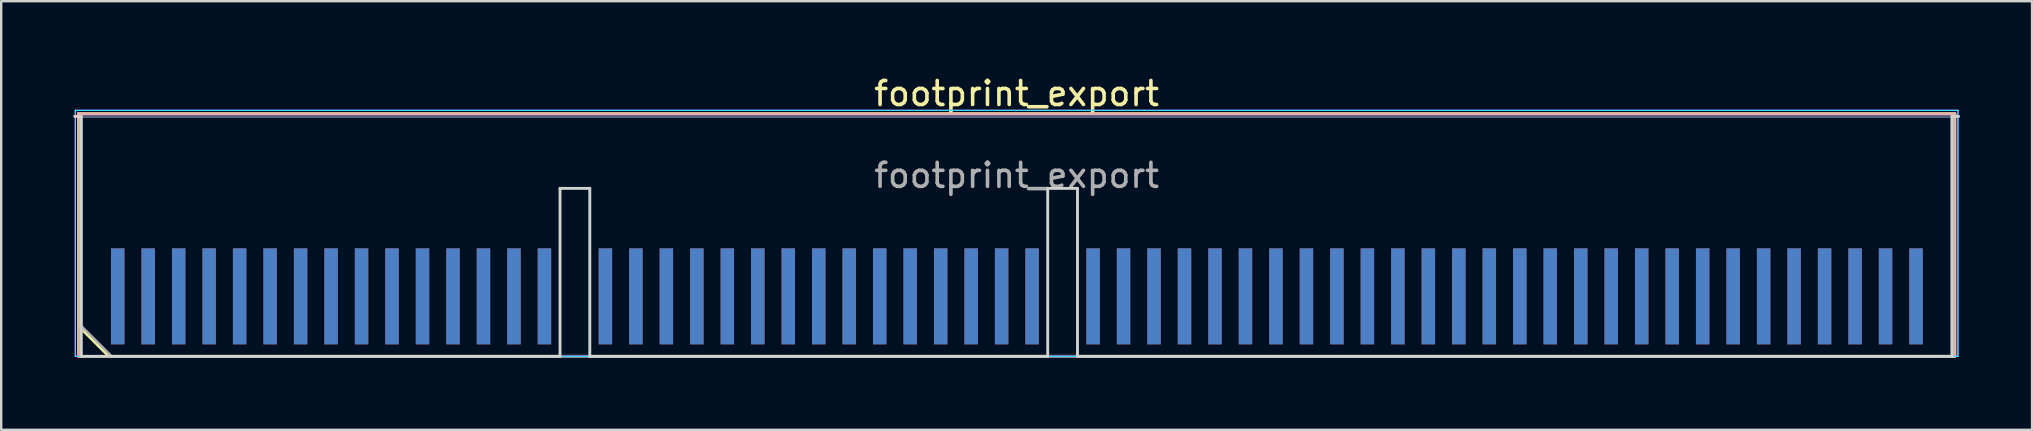
<source format=kicad_pcb>
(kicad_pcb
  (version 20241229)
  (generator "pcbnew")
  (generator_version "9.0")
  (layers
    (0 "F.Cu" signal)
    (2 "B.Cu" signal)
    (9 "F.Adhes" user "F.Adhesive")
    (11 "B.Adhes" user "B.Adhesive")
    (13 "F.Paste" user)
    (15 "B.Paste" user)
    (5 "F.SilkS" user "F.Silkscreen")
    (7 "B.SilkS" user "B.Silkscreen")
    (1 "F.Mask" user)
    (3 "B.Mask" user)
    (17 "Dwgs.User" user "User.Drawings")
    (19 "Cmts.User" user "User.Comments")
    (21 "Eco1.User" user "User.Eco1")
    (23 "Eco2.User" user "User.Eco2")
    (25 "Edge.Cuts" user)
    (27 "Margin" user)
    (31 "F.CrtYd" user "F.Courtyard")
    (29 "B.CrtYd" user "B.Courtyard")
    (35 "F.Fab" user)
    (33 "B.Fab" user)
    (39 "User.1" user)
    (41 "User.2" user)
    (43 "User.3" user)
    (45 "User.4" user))
  (footprint "footprint_export"
    (layer "F.Cu")
    (at 39.31 6.798)
    (property "Reference" "footprint_export" (at 0 -5.95 0) (layer "F.SilkS") (effects (font (size 1 1) (thickness 0.15))))
    (attr exclude_from_pos_files exclude_from_bom)
    (fp_line (start -39.09 -5.11) (end 39.09 -5.11) (stroke (width 0.12) (type solid)) (layer "F.SilkS"))
    (fp_line (start -39.09 3.73) (end -39.09 -5.11) (stroke (width 0.12) (type solid)) (layer "F.SilkS"))
    (fp_line (start -37.82 5) (end -39.09 3.73) (stroke (width 0.12) (type solid)) (layer "F.SilkS"))
    (fp_line (start -37.82 5) (end 39.09 5) (stroke (width 0.12) (type solid)) (layer "F.SilkS"))
    (fp_line (start 39.09 5) (end 39.09 -5.11) (stroke (width 0.12) (type solid)) (layer "F.SilkS"))
    (fp_line (start -39.09 -5.11) (end 39.09 -5.11) (stroke (width 0.12) (type solid)) (layer "B.SilkS"))
    (fp_line (start -39.09 5) (end -39.09 -5.11) (stroke (width 0.12) (type solid)) (layer "B.SilkS"))
    (fp_line (start -39.09 5) (end 39.09 5) (stroke (width 0.12) (type solid)) (layer "B.SilkS"))
    (fp_line (start 39.09 5) (end 39.09 -5.11) (stroke (width 0.12) (type solid)) (layer "B.SilkS"))
    (fp_line (start -39.25 -5) (end -38.975 -5) (stroke (width 0.12) (type solid)) (layer "Edge.Cuts"))
    (fp_line (start -38.975 5) (end -38.975 -5) (stroke (width 0.12) (type solid)) (layer "Edge.Cuts"))
    (fp_line (start -38.975 5) (end -19.025 5) (stroke (width 0.12) (type solid)) (layer "Edge.Cuts"))
    (fp_line (start -19.025 -2) (end -17.785 -2) (stroke (width 0.12) (type solid)) (layer "Edge.Cuts"))
    (fp_line (start -19.025 5) (end -19.025 -2) (stroke (width 0.12) (type solid)) (layer "Edge.Cuts"))
    (fp_line (start -17.785 5) (end -17.785 -2) (stroke (width 0.12) (type solid)) (layer "Edge.Cuts"))
    (fp_line (start -17.785 5) (end 1.295 5) (stroke (width 0.12) (type solid)) (layer "Edge.Cuts"))
    (fp_line (start 1.295 -2) (end 2.535 -2) (stroke (width 0.12) (type solid)) (layer "Edge.Cuts"))
    (fp_line (start 1.295 5) (end 1.295 -2) (stroke (width 0.12) (type solid)) (layer "Edge.Cuts"))
    (fp_line (start 2.535 5) (end 2.535 -2) (stroke (width 0.12) (type solid)) (layer "Edge.Cuts"))
    (fp_line (start 2.535 5) (end 38.975 5) (stroke (width 0.12) (type solid)) (layer "Edge.Cuts"))
    (fp_line (start 38.975 5) (end 38.975 -5) (stroke (width 0.12) (type solid)) (layer "Edge.Cuts"))
    (fp_line (start 39.25 -5) (end 38.975 -5) (stroke (width 0.12) (type solid)) (layer "Edge.Cuts"))
    (fp_line (start -39.22 -5.25) (end -39.22 5) (stroke (width 0.05) (type solid)) (layer "B.CrtYd"))
    (fp_line (start -39.22 5) (end 39.22 5) (stroke (width 0.05) (type solid)) (layer "B.CrtYd"))
    (fp_line (start 39.22 -5.25) (end -39.22 -5.25) (stroke (width 0.05) (type solid)) (layer "B.CrtYd"))
    (fp_line (start 39.22 5) (end 39.22 -5.25) (stroke (width 0.05) (type solid)) (layer "B.CrtYd"))
    (fp_line (start -39.22 -5.25) (end -39.22 5) (stroke (width 0.05) (type solid)) (layer "F.CrtYd"))
    (fp_line (start -39.22 5) (end 39.22 5) (stroke (width 0.05) (type solid)) (layer "F.CrtYd"))
    (fp_line (start 39.22 -5.25) (end -39.22 -5.25) (stroke (width 0.05) (type solid)) (layer "F.CrtYd"))
    (fp_line (start 39.22 5) (end 39.22 -5.25) (stroke (width 0.05) (type solid)) (layer "F.CrtYd"))
    (fp_line (start -38.975 -5) (end 38.975 -5) (stroke (width 0.1) (type solid)) (layer "B.Fab"))
    (fp_line (start -38.975 5) (end -38.975 -5) (stroke (width 0.1) (type solid)) (layer "B.Fab"))
    (fp_line (start -38.975 5) (end 38.975 5) (stroke (width 0.1) (type solid)) (layer "B.Fab"))
    (fp_line (start 38.975 5) (end 38.975 -5) (stroke (width 0.1) (type solid)) (layer "B.Fab"))
    (fp_line (start -38.975 -5) (end 38.975 -5) (stroke (width 0.1) (type solid)) (layer "F.Fab"))
    (fp_line (start -38.975 3.73) (end -38.975 -5) (stroke (width 0.1) (type solid)) (layer "F.Fab"))
    (fp_line (start -38.975 3.73) (end -37.705 5) (stroke (width 0.1) (type solid)) (layer "F.Fab"))
    (fp_line (start -37.705 5) (end 38.975 5) (stroke (width 0.1) (type solid)) (layer "F.Fab"))
    (fp_line (start 38.975 5) (end 38.975 -5) (stroke (width 0.1) (type solid)) (layer "F.Fab"))
    (fp_text user "${REFERENCE}" (at 0 -2.54 0) (layer "F.Fab") (effects (font (size 1 1) (thickness 0.15))))
    (pad "1" connect rect (at -37.455 2.5) (size 0.56 4) (layers "F.Cu" "F.Mask"))
    (pad "2" connect rect (at -37.455 2.5) (size 0.56 4) (layers "B.Cu" "B.Mask"))
    (pad "3" connect rect (at -36.185 2.5) (size 0.56 4) (layers "F.Cu" "F.Mask"))
    (pad "4" connect rect (at -36.185 2.5) (size 0.56 4) (layers "B.Cu" "B.Mask"))
    (pad "5" connect rect (at -34.915 2.5) (size 0.56 4) (layers "F.Cu" "F.Mask"))
    (pad "6" connect rect (at -34.915 2.5) (size 0.56 4) (layers "B.Cu" "B.Mask"))
    (pad "7" connect rect (at -33.645 2.5) (size 0.56 4) (layers "F.Cu" "F.Mask"))
    (pad "8" connect rect (at -33.645 2.5) (size 0.56 4) (layers "B.Cu" "B.Mask"))
    (pad "9" connect rect (at -32.375 2.5) (size 0.56 4) (layers "F.Cu" "F.Mask"))
    (pad "10" connect rect (at -32.375 2.5) (size 0.56 4) (layers "B.Cu" "B.Mask"))
    (pad "11" connect rect (at -31.105 2.5) (size 0.56 4) (layers "F.Cu" "F.Mask"))
    (pad "12" connect rect (at -31.105 2.5) (size 0.56 4) (layers "B.Cu" "B.Mask"))
    (pad "13" connect rect (at -29.835 2.5) (size 0.56 4) (layers "F.Cu" "F.Mask"))
    (pad "14" connect rect (at -29.835 2.5) (size 0.56 4) (layers "B.Cu" "B.Mask"))
    (pad "15" connect rect (at -28.565 2.5) (size 0.56 4) (layers "F.Cu" "F.Mask"))
    (pad "16" connect rect (at -28.565 2.5) (size 0.56 4) (layers "B.Cu" "B.Mask"))
    (pad "17" connect rect (at -27.295 2.5) (size 0.56 4) (layers "F.Cu" "F.Mask"))
    (pad "18" connect rect (at -27.295 2.5) (size 0.56 4) (layers "B.Cu" "B.Mask"))
    (pad "19" connect rect (at -26.025 2.5) (size 0.56 4) (layers "F.Cu" "F.Mask"))
    (pad "20" connect rect (at -26.025 2.5) (size 0.56 4) (layers "B.Cu" "B.Mask"))
    (pad "21" connect rect (at -24.755 2.5) (size 0.56 4) (layers "F.Cu" "F.Mask"))
    (pad "22" connect rect (at -24.755 2.5) (size 0.56 4) (layers "B.Cu" "B.Mask"))
    (pad "23" connect rect (at -23.485 2.5) (size 0.56 4) (layers "F.Cu" "F.Mask"))
    (pad "24" connect rect (at -23.485 2.5) (size 0.56 4) (layers "B.Cu" "B.Mask"))
    (pad "25" connect rect (at -22.215 2.5) (size 0.56 4) (layers "F.Cu" "F.Mask"))
    (pad "26" connect rect (at -22.215 2.5) (size 0.56 4) (layers "B.Cu" "B.Mask"))
    (pad "27" connect rect (at -20.945 2.5) (size 0.56 4) (layers "F.Cu" "F.Mask"))
    (pad "28" connect rect (at -20.945 2.5) (size 0.56 4) (layers "B.Cu" "B.Mask"))
    (pad "29" connect rect (at -19.675 2.5) (size 0.56 4) (layers "F.Cu" "F.Mask"))
    (pad "30" connect rect (at -19.675 2.5) (size 0.56 4) (layers "B.Cu" "B.Mask"))
    (pad "33" connect rect (at -17.135 2.5) (size 0.56 4) (layers "F.Cu" "F.Mask"))
    (pad "34" connect rect (at -17.135 2.5) (size 0.56 4) (layers "B.Cu" "B.Mask"))
    (pad "35" connect rect (at -15.865 2.5) (size 0.56 4) (layers "F.Cu" "F.Mask"))
    (pad "36" connect rect (at -15.865 2.5) (size 0.56 4) (layers "B.Cu" "B.Mask"))
    (pad "37" connect rect (at -14.595 2.5) (size 0.56 4) (layers "F.Cu" "F.Mask"))
    (pad "38" connect rect (at -14.595 2.5) (size 0.56 4) (layers "B.Cu" "B.Mask"))
    (pad "39" connect rect (at -13.325 2.5) (size 0.56 4) (layers "F.Cu" "F.Mask"))
    (pad "40" connect rect (at -13.325 2.5) (size 0.56 4) (layers "B.Cu" "B.Mask"))
    (pad "41" connect rect (at -12.055 2.5) (size 0.56 4) (layers "F.Cu" "F.Mask"))
    (pad "42" connect rect (at -12.055 2.5) (size 0.56 4) (layers "B.Cu" "B.Mask"))
    (pad "43" connect rect (at -10.785 2.5) (size 0.56 4) (layers "F.Cu" "F.Mask"))
    (pad "44" connect rect (at -10.785 2.5) (size 0.56 4) (layers "B.Cu" "B.Mask"))
    (pad "45" connect rect (at -9.515 2.5) (size 0.56 4) (layers "F.Cu" "F.Mask"))
    (pad "46" connect rect (at -9.515 2.5) (size 0.56 4) (layers "B.Cu" "B.Mask"))
    (pad "47" connect rect (at -8.245 2.5) (size 0.56 4) (layers "F.Cu" "F.Mask"))
    (pad "48" connect rect (at -8.245 2.5) (size 0.56 4) (layers "B.Cu" "B.Mask"))
    (pad "49" connect rect (at -6.975 2.5) (size 0.56 4) (layers "F.Cu" "F.Mask"))
    (pad "50" connect rect (at -6.975 2.5) (size 0.56 4) (layers "B.Cu" "B.Mask"))
    (pad "51" connect rect (at -5.705 2.5) (size 0.56 4) (layers "F.Cu" "F.Mask"))
    (pad "52" connect rect (at -5.705 2.5) (size 0.56 4) (layers "B.Cu" "B.Mask"))
    (pad "53" connect rect (at -4.435 2.5) (size 0.56 4) (layers "F.Cu" "F.Mask"))
    (pad "54" connect rect (at -4.435 2.5) (size 0.56 4) (layers "B.Cu" "B.Mask"))
    (pad "55" connect rect (at -3.165 2.5) (size 0.56 4) (layers "F.Cu" "F.Mask"))
    (pad "56" connect rect (at -3.165 2.5) (size 0.56 4) (layers "B.Cu" "B.Mask"))
    (pad "57" connect rect (at -1.895 2.5) (size 0.56 4) (layers "F.Cu" "F.Mask"))
    (pad "58" connect rect (at -1.895 2.5) (size 0.56 4) (layers "B.Cu" "B.Mask"))
    (pad "59" connect rect (at -0.625 2.5) (size 0.56 4) (layers "F.Cu" "F.Mask"))
    (pad "60" connect rect (at -0.625 2.5) (size 0.56 4) (layers "B.Cu" "B.Mask"))
    (pad "61" connect rect (at 0.645 2.5) (size 0.56 4) (layers "F.Cu" "F.Mask"))
    (pad "62" connect rect (at 0.645 2.5) (size 0.56 4) (layers "B.Cu" "B.Mask"))
    (pad "65" connect rect (at 3.185 2.5) (size 0.56 4) (layers "F.Cu" "F.Mask"))
    (pad "66" connect rect (at 3.185 2.5) (size 0.56 4) (layers "B.Cu" "B.Mask"))
    (pad "67" connect rect (at 4.455 2.5) (size 0.56 4) (layers "F.Cu" "F.Mask"))
    (pad "68" connect rect (at 4.455 2.5) (size 0.56 4) (layers "B.Cu" "B.Mask"))
    (pad "69" connect rect (at 5.725 2.5) (size 0.56 4) (layers "F.Cu" "F.Mask"))
    (pad "70" connect rect (at 5.725 2.5) (size 0.56 4) (layers "B.Cu" "B.Mask"))
    (pad "71" connect rect (at 6.995 2.5) (size 0.56 4) (layers "F.Cu" "F.Mask"))
    (pad "72" connect rect (at 6.995 2.5) (size 0.56 4) (layers "B.Cu" "B.Mask"))
    (pad "73" connect rect (at 8.265 2.5) (size 0.56 4) (layers "F.Cu" "F.Mask"))
    (pad "74" connect rect (at 8.265 2.5) (size 0.56 4) (layers "B.Cu" "B.Mask"))
    (pad "75" connect rect (at 9.535 2.5) (size 0.56 4) (layers "F.Cu" "F.Mask"))
    (pad "76" connect rect (at 9.535 2.5) (size 0.56 4) (layers "B.Cu" "B.Mask"))
    (pad "77" connect rect (at 10.805 2.5) (size 0.56 4) (layers "F.Cu" "F.Mask"))
    (pad "78" connect rect (at 10.805 2.5) (size 0.56 4) (layers "B.Cu" "B.Mask"))
    (pad "79" connect rect (at 12.075 2.5) (size 0.56 4) (layers "F.Cu" "F.Mask"))
    (pad "80" connect rect (at 12.075 2.5) (size 0.56 4) (layers "B.Cu" "B.Mask"))
    (pad "81" connect rect (at 13.345 2.5) (size 0.56 4) (layers "F.Cu" "F.Mask"))
    (pad "82" connect rect (at 13.345 2.5) (size 0.56 4) (layers "B.Cu" "B.Mask"))
    (pad "83" connect rect (at 14.615 2.5) (size 0.56 4) (layers "F.Cu" "F.Mask"))
    (pad "84" connect rect (at 14.615 2.5) (size 0.56 4) (layers "B.Cu" "B.Mask"))
    (pad "85" connect rect (at 15.885 2.5) (size 0.56 4) (layers "F.Cu" "F.Mask"))
    (pad "86" connect rect (at 15.885 2.5) (size 0.56 4) (layers "B.Cu" "B.Mask"))
    (pad "87" connect rect (at 17.155 2.5) (size 0.56 4) (layers "F.Cu" "F.Mask"))
    (pad "88" connect rect (at 17.155 2.5) (size 0.56 4) (layers "B.Cu" "B.Mask"))
    (pad "89" connect rect (at 18.425 2.5) (size 0.56 4) (layers "F.Cu" "F.Mask"))
    (pad "90" connect rect (at 18.425 2.5) (size 0.56 4) (layers "B.Cu" "B.Mask"))
    (pad "91" connect rect (at 19.695 2.5) (size 0.56 4) (layers "F.Cu" "F.Mask"))
    (pad "92" connect rect (at 19.695 2.5) (size 0.56 4) (layers "B.Cu" "B.Mask"))
    (pad "93" connect rect (at 20.965 2.5) (size 0.56 4) (layers "F.Cu" "F.Mask"))
    (pad "94" connect rect (at 20.965 2.5) (size 0.56 4) (layers "B.Cu" "B.Mask"))
    (pad "95" connect rect (at 22.235 2.5) (size 0.56 4) (layers "F.Cu" "F.Mask"))
    (pad "96" connect rect (at 22.235 2.5) (size 0.56 4) (layers "B.Cu" "B.Mask"))
    (pad "97" connect rect (at 23.505 2.5) (size 0.56 4) (layers "F.Cu" "F.Mask"))
    (pad "98" connect rect (at 23.505 2.5) (size 0.56 4) (layers "B.Cu" "B.Mask"))
    (pad "99" connect rect (at 24.775 2.5) (size 0.56 4) (layers "F.Cu" "F.Mask"))
    (pad "100" connect rect (at 24.775 2.5) (size 0.56 4) (layers "B.Cu" "B.Mask"))
    (pad "101" connect rect (at 26.045 2.5) (size 0.56 4) (layers "F.Cu" "F.Mask"))
    (pad "102" connect rect (at 26.045 2.5) (size 0.56 4) (layers "B.Cu" "B.Mask"))
    (pad "103" connect rect (at 27.315 2.5) (size 0.56 4) (layers "F.Cu" "F.Mask"))
    (pad "104" connect rect (at 27.315 2.5) (size 0.56 4) (layers "B.Cu" "B.Mask"))
    (pad "105" connect rect (at 28.585 2.5) (size 0.56 4) (layers "F.Cu" "F.Mask"))
    (pad "106" connect rect (at 28.585 2.5) (size 0.56 4) (layers "B.Cu" "B.Mask"))
    (pad "107" connect rect (at 29.855 2.5) (size 0.56 4) (layers "F.Cu" "F.Mask"))
    (pad "108" connect rect (at 29.855 2.5) (size 0.56 4) (layers "B.Cu" "B.Mask"))
    (pad "109" connect rect (at 31.125 2.5) (size 0.56 4) (layers "F.Cu" "F.Mask"))
    (pad "110" connect rect (at 31.125 2.5) (size 0.56 4) (layers "B.Cu" "B.Mask"))
    (pad "111" connect rect (at 32.395 2.5) (size 0.56 4) (layers "F.Cu" "F.Mask"))
    (pad "112" connect rect (at 32.395 2.5) (size 0.56 4) (layers "B.Cu" "B.Mask"))
    (pad "113" connect rect (at 33.665 2.5) (size 0.56 4) (layers "F.Cu" "F.Mask"))
    (pad "114" connect rect (at 33.665 2.5) (size 0.56 4) (layers "B.Cu" "B.Mask"))
    (pad "115" connect rect (at 34.935 2.5) (size 0.56 4) (layers "F.Cu" "F.Mask"))
    (pad "116" connect rect (at 34.935 2.5) (size 0.56 4) (layers "B.Cu" "B.Mask"))
    (pad "117" connect rect (at 36.205 2.5) (size 0.56 4) (layers "F.Cu" "F.Mask"))
    (pad "118" connect rect (at 36.205 2.5) (size 0.56 4) (layers "B.Cu" "B.Mask"))
    (pad "119" connect rect (at 37.475 2.5) (size 0.56 4) (layers "F.Cu" "F.Mask"))
    (pad "120" connect rect (at 37.475 2.5) (size 0.56 4) (layers "B.Cu" "B.Mask")))
  (gr_rect
    (start -3 -3)
    (end 81.62 14.858)
    (stroke (width 0.1) (type default))
    (fill no)
    (layer "Edge.Cuts")))
</source>
